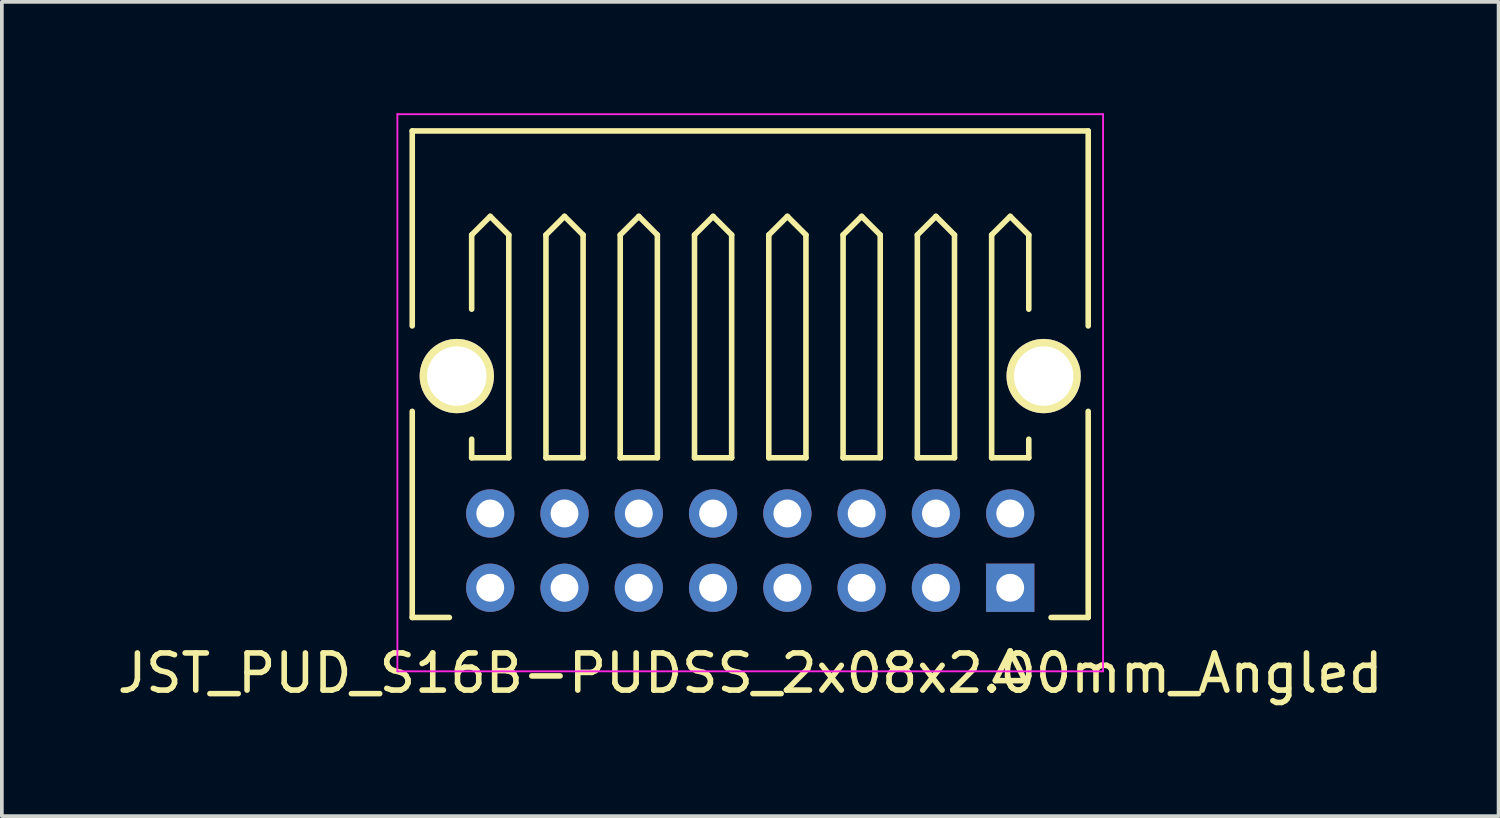
<source format=kicad_pcb>
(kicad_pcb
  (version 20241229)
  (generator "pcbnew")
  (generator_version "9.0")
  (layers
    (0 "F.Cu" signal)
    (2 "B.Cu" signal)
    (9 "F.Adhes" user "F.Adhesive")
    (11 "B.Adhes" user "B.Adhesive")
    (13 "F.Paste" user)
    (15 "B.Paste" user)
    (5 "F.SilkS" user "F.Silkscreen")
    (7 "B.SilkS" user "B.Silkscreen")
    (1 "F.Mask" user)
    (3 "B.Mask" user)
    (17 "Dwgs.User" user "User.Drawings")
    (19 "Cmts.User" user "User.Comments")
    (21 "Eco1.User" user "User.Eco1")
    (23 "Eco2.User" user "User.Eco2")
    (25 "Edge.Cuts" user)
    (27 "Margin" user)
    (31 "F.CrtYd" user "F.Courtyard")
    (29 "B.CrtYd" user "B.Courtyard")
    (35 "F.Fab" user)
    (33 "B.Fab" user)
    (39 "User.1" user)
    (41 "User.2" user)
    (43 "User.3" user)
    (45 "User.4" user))
  (footprint "JST_PUD_S16B-PUDSS_2x08x2.00mm_Angled"
    (layer "F.Cu")
    (at 24.149 12.775)
    (property "Reference" "JST_PUD_S16B-PUDSS_2x08x2.00mm_Angled" (at -7 2.3 0) (layer "F.SilkS") (effects (font (size 1 1) (thickness 0.15))))
    (attr through_hole)
    (fp_line (start -16.1 -12.3) (end -16.1 -7.05) (stroke (width 0.15) (type solid)) (layer "F.SilkS"))
    (fp_line (start -16.1 -4.75) (end -16.1 0.8) (stroke (width 0.15) (type solid)) (layer "F.SilkS"))
    (fp_line (start -16.1 0.8) (end -15.1 0.8) (stroke (width 0.15) (type solid)) (layer "F.SilkS"))
    (fp_line (start -14.5 -9.5) (end -14 -10) (stroke (width 0.15) (type solid)) (layer "F.SilkS"))
    (fp_line (start -14.5 -7.5) (end -14.5 -9.5) (stroke (width 0.15) (type solid)) (layer "F.SilkS"))
    (fp_line (start -14.5 -3.5) (end -14.5 -4) (stroke (width 0.15) (type solid)) (layer "F.SilkS"))
    (fp_line (start -14 -10) (end -13.5 -9.5) (stroke (width 0.15) (type solid)) (layer "F.SilkS"))
    (fp_line (start -13.5 -9.5) (end -13.5 -3.5) (stroke (width 0.15) (type solid)) (layer "F.SilkS"))
    (fp_line (start -13.5 -3.5) (end -14.5 -3.5) (stroke (width 0.15) (type solid)) (layer "F.SilkS"))
    (fp_line (start -12.5 -9.5) (end -12 -10) (stroke (width 0.15) (type solid)) (layer "F.SilkS"))
    (fp_line (start -12.5 -3.5) (end -12.5 -9.5) (stroke (width 0.15) (type solid)) (layer "F.SilkS"))
    (fp_line (start -12 -10) (end -11.5 -9.5) (stroke (width 0.15) (type solid)) (layer "F.SilkS"))
    (fp_line (start -11.5 -9.5) (end -11.5 -3.5) (stroke (width 0.15) (type solid)) (layer "F.SilkS"))
    (fp_line (start -11.5 -3.5) (end -12.5 -3.5) (stroke (width 0.15) (type solid)) (layer "F.SilkS"))
    (fp_line (start -10.5 -9.5) (end -10 -10) (stroke (width 0.15) (type solid)) (layer "F.SilkS"))
    (fp_line (start -10.5 -3.5) (end -10.5 -9.5) (stroke (width 0.15) (type solid)) (layer "F.SilkS"))
    (fp_line (start -10 -10) (end -9.5 -9.5) (stroke (width 0.15) (type solid)) (layer "F.SilkS"))
    (fp_line (start -9.5 -9.5) (end -9.5 -3.5) (stroke (width 0.15) (type solid)) (layer "F.SilkS"))
    (fp_line (start -9.5 -3.5) (end -10.5 -3.5) (stroke (width 0.15) (type solid)) (layer "F.SilkS"))
    (fp_line (start -8.5 -9.5) (end -8 -10) (stroke (width 0.15) (type solid)) (layer "F.SilkS"))
    (fp_line (start -8.5 -3.5) (end -8.5 -9.5) (stroke (width 0.15) (type solid)) (layer "F.SilkS"))
    (fp_line (start -8 -10) (end -7.5 -9.5) (stroke (width 0.15) (type solid)) (layer "F.SilkS"))
    (fp_line (start -7.5 -9.5) (end -7.5 -3.5) (stroke (width 0.15) (type solid)) (layer "F.SilkS"))
    (fp_line (start -7.5 -3.5) (end -8.5 -3.5) (stroke (width 0.15) (type solid)) (layer "F.SilkS"))
    (fp_line (start -6.5 -9.5) (end -6 -10) (stroke (width 0.15) (type solid)) (layer "F.SilkS"))
    (fp_line (start -6.5 -3.5) (end -6.5 -9.5) (stroke (width 0.15) (type solid)) (layer "F.SilkS"))
    (fp_line (start -6 -10) (end -5.5 -9.5) (stroke (width 0.15) (type solid)) (layer "F.SilkS"))
    (fp_line (start -5.5 -9.5) (end -5.5 -3.5) (stroke (width 0.15) (type solid)) (layer "F.SilkS"))
    (fp_line (start -5.5 -3.5) (end -6.5 -3.5) (stroke (width 0.15) (type solid)) (layer "F.SilkS"))
    (fp_line (start -4.5 -9.5) (end -4 -10) (stroke (width 0.15) (type solid)) (layer "F.SilkS"))
    (fp_line (start -4.5 -3.5) (end -4.5 -9.5) (stroke (width 0.15) (type solid)) (layer "F.SilkS"))
    (fp_line (start -4 -10) (end -3.5 -9.5) (stroke (width 0.15) (type solid)) (layer "F.SilkS"))
    (fp_line (start -3.5 -9.5) (end -3.5 -3.5) (stroke (width 0.15) (type solid)) (layer "F.SilkS"))
    (fp_line (start -3.5 -3.5) (end -4.5 -3.5) (stroke (width 0.15) (type solid)) (layer "F.SilkS"))
    (fp_line (start -2.5 -9.5) (end -2 -10) (stroke (width 0.15) (type solid)) (layer "F.SilkS"))
    (fp_line (start -2.5 -3.5) (end -2.5 -9.5) (stroke (width 0.15) (type solid)) (layer "F.SilkS"))
    (fp_line (start -2 -10) (end -1.5 -9.5) (stroke (width 0.15) (type solid)) (layer "F.SilkS"))
    (fp_line (start -1.5 -9.5) (end -1.5 -3.5) (stroke (width 0.15) (type solid)) (layer "F.SilkS"))
    (fp_line (start -1.5 -3.5) (end -2.5 -3.5) (stroke (width 0.15) (type solid)) (layer "F.SilkS"))
    (fp_line (start -0.5 -9.5) (end 0 -10) (stroke (width 0.15) (type solid)) (layer "F.SilkS"))
    (fp_line (start -0.5 -3.5) (end -0.5 -9.5) (stroke (width 0.15) (type solid)) (layer "F.SilkS"))
    (fp_line (start -0.4 2.5) (end 0 1.7) (stroke (width 0.15) (type solid)) (layer "F.SilkS"))
    (fp_line (start 0 -10) (end 0.5 -9.5) (stroke (width 0.15) (type solid)) (layer "F.SilkS"))
    (fp_line (start 0 1.7) (end 0.4 2.5) (stroke (width 0.15) (type solid)) (layer "F.SilkS"))
    (fp_line (start 0.4 2.5) (end -0.4 2.5) (stroke (width 0.15) (type solid)) (layer "F.SilkS"))
    (fp_line (start 0.5 -9.5) (end 0.5 -7.5) (stroke (width 0.15) (type solid)) (layer "F.SilkS"))
    (fp_line (start 0.5 -4) (end 0.5 -3.5) (stroke (width 0.15) (type solid)) (layer "F.SilkS"))
    (fp_line (start 0.5 -3.5) (end -0.5 -3.5) (stroke (width 0.15) (type solid)) (layer "F.SilkS"))
    (fp_line (start 1.1 0.8) (end 2.1 0.8) (stroke (width 0.15) (type solid)) (layer "F.SilkS"))
    (fp_line (start 2.1 -12.3) (end -16.1 -12.3) (stroke (width 0.15) (type solid)) (layer "F.SilkS"))
    (fp_line (start 2.1 -12.3) (end 2.1 -7.05) (stroke (width 0.15) (type solid)) (layer "F.SilkS"))
    (fp_line (start 2.1 0.8) (end 2.1 -4.75) (stroke (width 0.15) (type solid)) (layer "F.SilkS"))
    (fp_line (start -16.5 -12.75) (end 2.5 -12.75) (stroke (width 0.05) (type solid)) (layer "F.CrtYd"))
    (fp_line (start -16.5 2.25) (end -16.5 -12.75) (stroke (width 0.05) (type solid)) (layer "F.CrtYd"))
    (fp_line (start 2.5 -12.75) (end 2.5 2.25) (stroke (width 0.05) (type solid)) (layer "F.CrtYd"))
    (fp_line (start 2.5 2.25) (end -16.5 2.25) (stroke (width 0.05) (type solid)) (layer "F.CrtYd"))
    (pad "" np_thru_hole circle (at -14.9 -5.7) (size 2 2) (drill 1.6) (layers "*.Cu" "*.Mask" "F.SilkS"))
    (pad "" np_thru_hole circle (at 0.9 -5.7) (size 2 2) (drill 1.6) (layers "*.Cu" "*.Mask" "F.SilkS"))
    (pad "1" thru_hole rect (at 0 0) (size 1.3 1.3) (drill 0.75) (layers "*.Cu" "*.Mask"))
    (pad "2" thru_hole circle (at 0 -2) (size 1.3 1.3) (drill 0.75) (layers "*.Cu" "*.Mask"))
    (pad "3" thru_hole circle (at -2 0) (size 1.3 1.3) (drill 0.75) (layers "*.Cu" "*.Mask"))
    (pad "4" thru_hole circle (at -2 -2) (size 1.3 1.3) (drill 0.75) (layers "*.Cu" "*.Mask"))
    (pad "5" thru_hole circle (at -4 0) (size 1.3 1.3) (drill 0.75) (layers "*.Cu" "*.Mask"))
    (pad "6" thru_hole circle (at -4 -2) (size 1.3 1.3) (drill 0.75) (layers "*.Cu" "*.Mask"))
    (pad "7" thru_hole circle (at -6 0) (size 1.3 1.3) (drill 0.75) (layers "*.Cu" "*.Mask"))
    (pad "8" thru_hole circle (at -6 -2) (size 1.3 1.3) (drill 0.75) (layers "*.Cu" "*.Mask"))
    (pad "9" thru_hole circle (at -8 0) (size 1.3 1.3) (drill 0.75) (layers "*.Cu" "*.Mask"))
    (pad "10" thru_hole circle (at -8 -2) (size 1.3 1.3) (drill 0.75) (layers "*.Cu" "*.Mask"))
    (pad "11" thru_hole circle (at -10 0) (size 1.3 1.3) (drill 0.75) (layers "*.Cu" "*.Mask"))
    (pad "12" thru_hole circle (at -10 -2) (size 1.3 1.3) (drill 0.75) (layers "*.Cu" "*.Mask"))
    (pad "13" thru_hole circle (at -12 0) (size 1.3 1.3) (drill 0.75) (layers "*.Cu" "*.Mask"))
    (pad "14" thru_hole circle (at -12 -2) (size 1.3 1.3) (drill 0.75) (layers "*.Cu" "*.Mask"))
    (pad "15" thru_hole circle (at -14 0) (size 1.3 1.3) (drill 0.75) (layers "*.Cu" "*.Mask"))
    (pad "16" thru_hole circle (at -14 -2) (size 1.3 1.3) (drill 0.75) (layers "*.Cu" "*.Mask")))
  (gr_rect
    (start -3 -3)
    (end 37.298 18.923)
    (stroke (width 0.1) (type default))
    (fill no)
    (layer "Edge.Cuts")))
</source>
